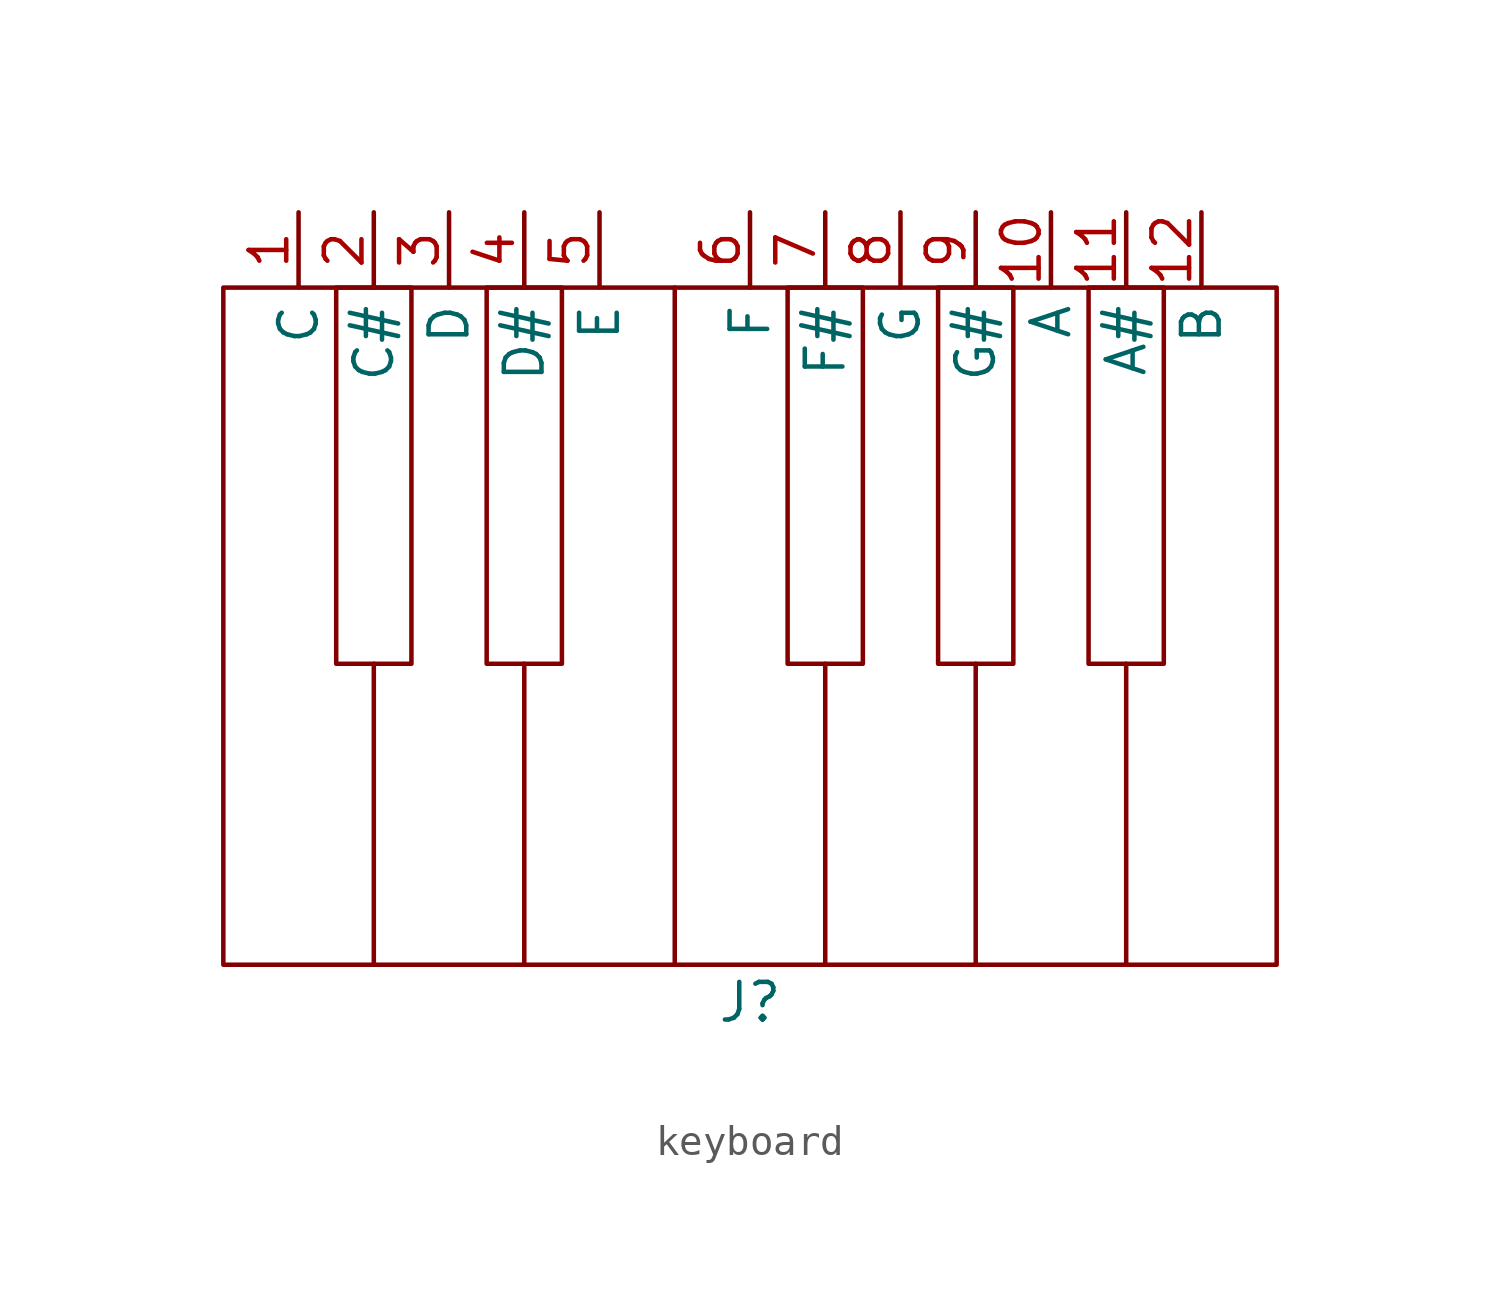
<source format=kicad_sym>
(kicad_symbol_lib
  (version 20220914)
  (generator kicad_symbol_editor)
  (symbol "keyboard"
    (property "Reference" "J"
      (at 0 -24.13 0)
      (do_not_autoplace)
      (effects (font (size 1.27 1.27))))
    (property "Value" ""
      (at -7.62 -2.54 90)
      (effects (font (size 1.27 1.27))))
    (symbol "keyboard_1_1"
      (rectangle (start -13.97 0) (end -11.43 -12.7) (stroke (width 0) (type default)) (fill (type none)))
      (rectangle (start -8.89 0) (end -6.35 -12.7) (stroke (width 0) (type default)) (fill (type none)))
      (polyline (pts (xy -12.7 -12.7) (xy -12.7 -22.86)) (stroke (width 0) (type default)) (fill (type none)))
      (polyline (pts (xy -7.62 -12.7) (xy -7.62 -22.86)) (stroke (width 0) (type default)) (fill (type none)))
      (polyline (pts (xy -2.54 0) (xy -2.54 -22.86)) (stroke (width 0) (type default)) (fill (type none)))
      (polyline (pts (xy 2.54 -12.7) (xy 2.54 -22.86)) (stroke (width 0) (type default)) (fill (type none)))
      (polyline (pts (xy 7.62 -12.7) (xy 7.62 -22.86)) (stroke (width 0) (type default)) (fill (type none)))
      (polyline (pts (xy 12.7 -12.7) (xy 12.7 -22.86)) (stroke (width 0) (type default)) (fill (type none)))
      (polyline (pts (xy -17.78 0) (xy 17.78 0) (xy 17.78 -22.86) (xy -17.78 -22.86) (xy -17.78 0)) (stroke (width 0) (type default)) (fill (type none)))
      (rectangle (start 1.27 0) (end 3.81 -12.7) (stroke (width 0) (type default)) (fill (type none)))
      (rectangle (start 6.35 0) (end 8.89 -12.7) (stroke (width 0) (type default)) (fill (type none)))
      (rectangle (start 11.43 0) (end 13.97 -12.7) (stroke (width 0) (type default)) (fill (type none)))
      (pin passive line (at -15.24 2.54 270) (length 2.54) (name "C" (effects (font (size 1.27 1.27)))) (number "1" (effects (font (size 1.27 1.27)))))
      (pin passive line (at 10.16 2.54 270) (length 2.54) (name "A" (effects (font (size 1.27 1.27)))) (number "10" (effects (font (size 1.27 1.27)))))
      (pin passive line (at 12.7 2.54 270) (length 2.54) (name "A#" (effects (font (size 1.27 1.27)))) (number "11" (effects (font (size 1.27 1.27)))))
      (pin passive line (at 15.24 2.54 270) (length 2.54) (name "B" (effects (font (size 1.27 1.27)))) (number "12" (effects (font (size 1.27 1.27)))))
      (pin passive line (at -12.7 2.54 270) (length 2.54) (name "C#" (effects (font (size 1.27 1.27)))) (number "2" (effects (font (size 1.27 1.27)))))
      (pin passive line (at -10.16 2.54 270) (length 2.54) (name "D" (effects (font (size 1.27 1.27)))) (number "3" (effects (font (size 1.27 1.27)))))
      (pin passive line (at -7.62 2.54 270) (length 2.54) (name "D#" (effects (font (size 1.27 1.27)))) (number "4" (effects (font (size 1.27 1.27)))))
      (pin passive line (at -5.08 2.54 270) (length 2.54) (name "E" (effects (font (size 1.27 1.27)))) (number "5" (effects (font (size 1.27 1.27)))))
      (pin passive line (at 0 2.54 270) (length 2.54) (name "F" (effects (font (size 1.27 1.27)))) (number "6" (effects (font (size 1.27 1.27)))))
      (pin passive line (at 2.54 2.54 270) (length 2.54) (name "F#" (effects (font (size 1.27 1.27)))) (number "7" (effects (font (size 1.27 1.27)))))
      (pin passive line (at 5.08 2.54 270) (length 2.54) (name "G" (effects (font (size 1.27 1.27)))) (number "8" (effects (font (size 1.27 1.27)))))
      (pin passive line (at 7.62 2.54 270) (length 2.54) (name "G#" (effects (font (size 1.27 1.27)))) (number "9" (effects (font (size 1.27 1.27))))))))
</source>
